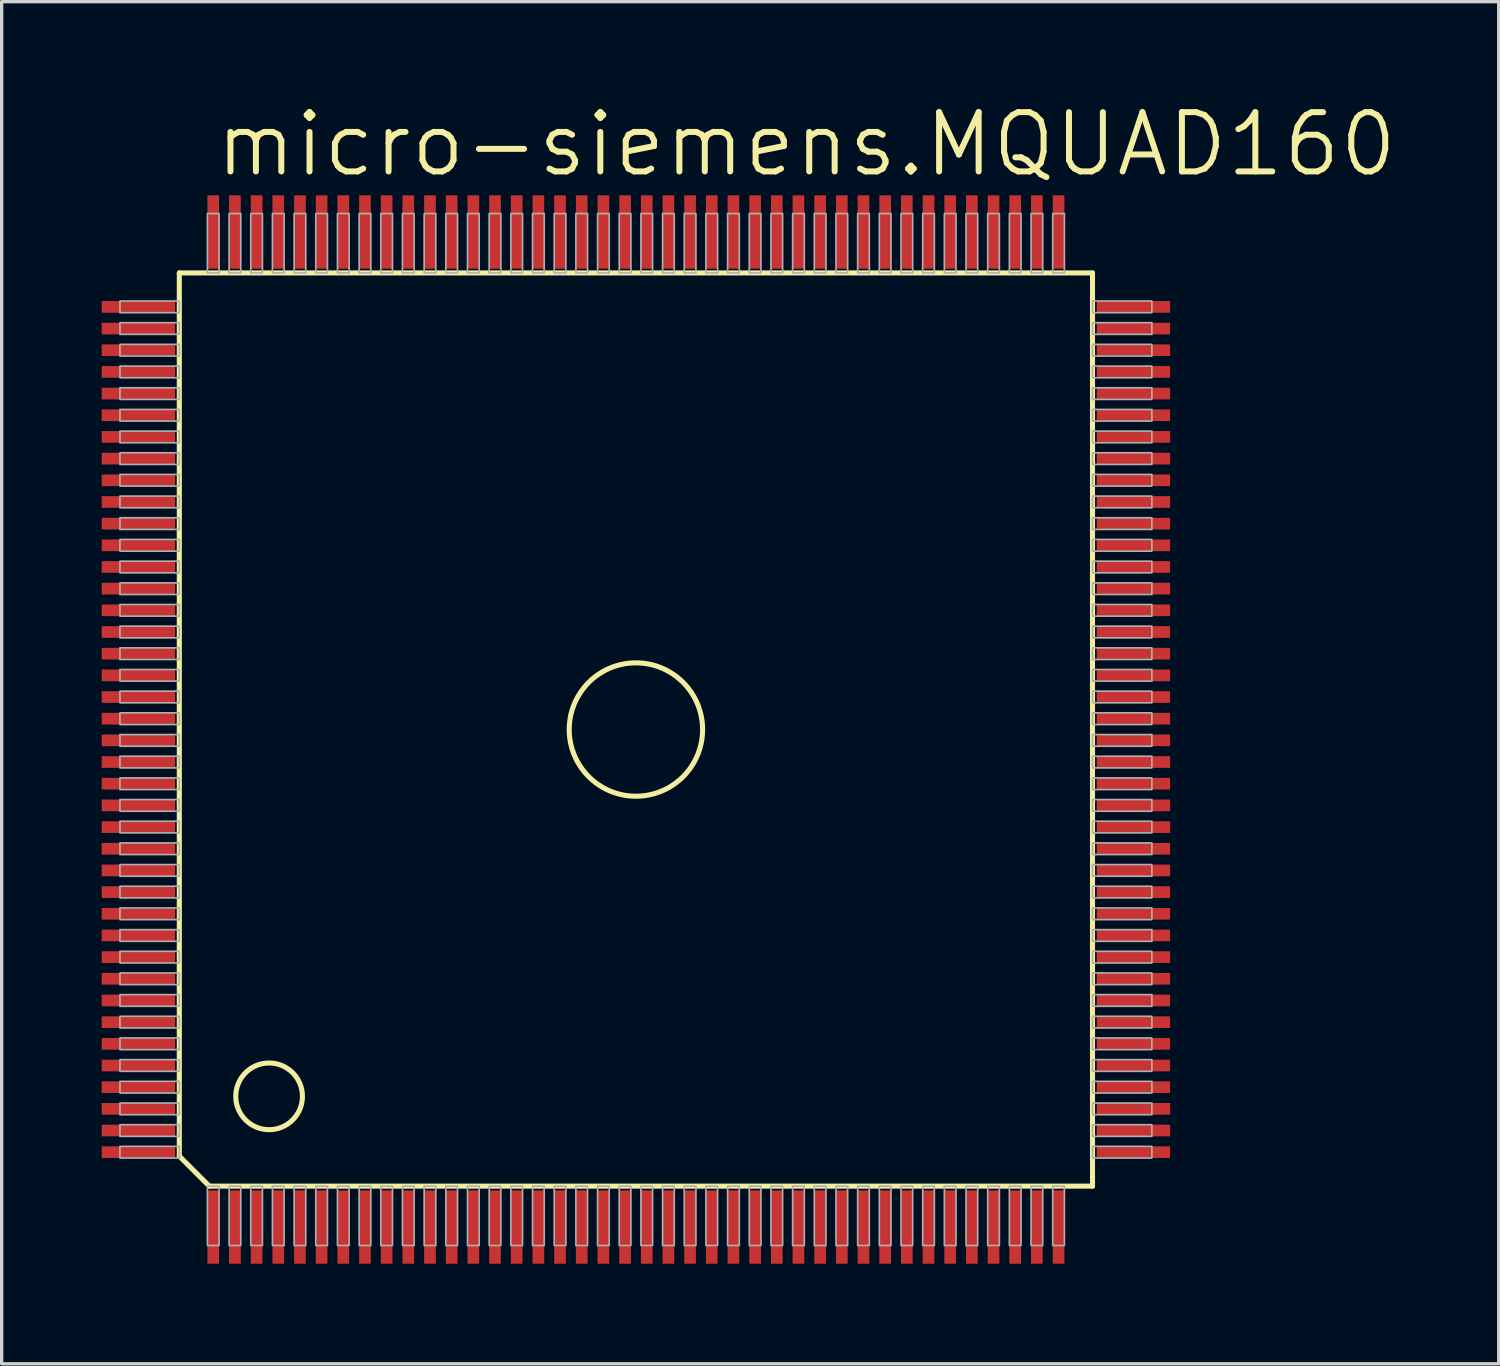
<source format=kicad_pcb>
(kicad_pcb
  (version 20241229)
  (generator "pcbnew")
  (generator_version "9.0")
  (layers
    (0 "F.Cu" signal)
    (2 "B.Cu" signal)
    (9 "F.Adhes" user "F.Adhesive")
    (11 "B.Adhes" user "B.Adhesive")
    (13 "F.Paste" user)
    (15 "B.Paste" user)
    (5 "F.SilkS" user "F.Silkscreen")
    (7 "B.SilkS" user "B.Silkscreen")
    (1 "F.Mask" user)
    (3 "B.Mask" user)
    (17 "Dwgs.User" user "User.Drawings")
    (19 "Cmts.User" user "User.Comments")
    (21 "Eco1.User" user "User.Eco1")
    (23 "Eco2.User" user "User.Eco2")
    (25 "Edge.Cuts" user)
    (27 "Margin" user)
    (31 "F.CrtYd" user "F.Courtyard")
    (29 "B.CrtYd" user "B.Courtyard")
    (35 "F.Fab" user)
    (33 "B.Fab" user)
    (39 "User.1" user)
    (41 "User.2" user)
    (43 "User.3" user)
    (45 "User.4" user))
  (footprint "micro-siemens.MQUAD160"
    (layer "F.Cu")
    (at 16.02 18.828)
    (property "Reference" "micro-siemens.MQUAD160" (at -12.7 -16.51 0) (layer "F.SilkS") (effects (font (size 1.778 1.778) (thickness 0.18)) (justify left bottom)))
    (attr smd)
    (fp_line (start -13.693 -13.693) (end 13.693 -13.693) (stroke (width 0.152) (type default)) (layer "F.SilkS"))
    (fp_line (start -13.693 12.793) (end -13.693 -13.693) (stroke (width 0.152) (type default)) (layer "F.SilkS"))
    (fp_line (start -12.793 13.693) (end -13.693 12.793) (stroke (width 0.152) (type default)) (layer "F.SilkS"))
    (fp_line (start 13.693 -13.693) (end 13.693 13.693) (stroke (width 0.152) (type default)) (layer "F.SilkS"))
    (fp_line (start 13.693 13.693) (end -12.793 13.693) (stroke (width 0.152) (type default)) (layer "F.SilkS"))
    (fp_circle (center -11 11) (end -10 11) (stroke (width 0.152) (type default)) (fill no) (layer "F.SilkS"))
    (fp_circle (center 0 0) (end 2 0) (stroke (width 0.152) (type default)) (fill no) (layer "F.SilkS"))
    (fp_rect (start -15.473 -12.5) (end -13.693 -12.85) (stroke (width 0.05) (type default)) (fill no) (layer "F.Fab"))
    (fp_rect (start -15.473 -11.85) (end -13.693 -12.2) (stroke (width 0.05) (type default)) (fill no) (layer "F.Fab"))
    (fp_rect (start -15.473 -11.2) (end -13.693 -11.55) (stroke (width 0.05) (type default)) (fill no) (layer "F.Fab"))
    (fp_rect (start -15.473 -10.55) (end -13.693 -10.9) (stroke (width 0.05) (type default)) (fill no) (layer "F.Fab"))
    (fp_rect (start -15.473 -9.9) (end -13.693 -10.25) (stroke (width 0.05) (type default)) (fill no) (layer "F.Fab"))
    (fp_rect (start -15.473 -9.25) (end -13.693 -9.6) (stroke (width 0.05) (type default)) (fill no) (layer "F.Fab"))
    (fp_rect (start -15.473 -8.6) (end -13.693 -8.95) (stroke (width 0.05) (type default)) (fill no) (layer "F.Fab"))
    (fp_rect (start -15.473 -7.95) (end -13.693 -8.3) (stroke (width 0.05) (type default)) (fill no) (layer "F.Fab"))
    (fp_rect (start -15.473 -7.3) (end -13.693 -7.65) (stroke (width 0.05) (type default)) (fill no) (layer "F.Fab"))
    (fp_rect (start -15.473 -6.65) (end -13.693 -7) (stroke (width 0.05) (type default)) (fill no) (layer "F.Fab"))
    (fp_rect (start -15.473 -6) (end -13.693 -6.35) (stroke (width 0.05) (type default)) (fill no) (layer "F.Fab"))
    (fp_rect (start -15.473 -5.35) (end -13.693 -5.7) (stroke (width 0.05) (type default)) (fill no) (layer "F.Fab"))
    (fp_rect (start -15.473 -4.7) (end -13.693 -5.05) (stroke (width 0.05) (type default)) (fill no) (layer "F.Fab"))
    (fp_rect (start -15.473 -4.05) (end -13.693 -4.4) (stroke (width 0.05) (type default)) (fill no) (layer "F.Fab"))
    (fp_rect (start -15.473 -3.4) (end -13.693 -3.75) (stroke (width 0.05) (type default)) (fill no) (layer "F.Fab"))
    (fp_rect (start -15.473 -2.75) (end -13.693 -3.1) (stroke (width 0.05) (type default)) (fill no) (layer "F.Fab"))
    (fp_rect (start -15.473 -2.1) (end -13.693 -2.45) (stroke (width 0.05) (type default)) (fill no) (layer "F.Fab"))
    (fp_rect (start -15.473 -1.45) (end -13.693 -1.8) (stroke (width 0.05) (type default)) (fill no) (layer "F.Fab"))
    (fp_rect (start -15.473 -0.8) (end -13.693 -1.15) (stroke (width 0.05) (type default)) (fill no) (layer "F.Fab"))
    (fp_rect (start -15.473 -0.15) (end -13.693 -0.5) (stroke (width 0.05) (type default)) (fill no) (layer "F.Fab"))
    (fp_rect (start -15.473 0.5) (end -13.693 0.15) (stroke (width 0.05) (type default)) (fill no) (layer "F.Fab"))
    (fp_rect (start -15.473 1.15) (end -13.693 0.8) (stroke (width 0.05) (type default)) (fill no) (layer "F.Fab"))
    (fp_rect (start -15.473 1.8) (end -13.693 1.45) (stroke (width 0.05) (type default)) (fill no) (layer "F.Fab"))
    (fp_rect (start -15.473 2.45) (end -13.693 2.1) (stroke (width 0.05) (type default)) (fill no) (layer "F.Fab"))
    (fp_rect (start -15.473 3.1) (end -13.693 2.75) (stroke (width 0.05) (type default)) (fill no) (layer "F.Fab"))
    (fp_rect (start -15.473 3.75) (end -13.693 3.4) (stroke (width 0.05) (type default)) (fill no) (layer "F.Fab"))
    (fp_rect (start -15.473 4.4) (end -13.693 4.05) (stroke (width 0.05) (type default)) (fill no) (layer "F.Fab"))
    (fp_rect (start -15.473 5.05) (end -13.693 4.7) (stroke (width 0.05) (type default)) (fill no) (layer "F.Fab"))
    (fp_rect (start -15.473 5.7) (end -13.693 5.35) (stroke (width 0.05) (type default)) (fill no) (layer "F.Fab"))
    (fp_rect (start -15.473 6.35) (end -13.693 6) (stroke (width 0.05) (type default)) (fill no) (layer "F.Fab"))
    (fp_rect (start -15.473 7) (end -13.693 6.65) (stroke (width 0.05) (type default)) (fill no) (layer "F.Fab"))
    (fp_rect (start -15.473 7.65) (end -13.693 7.3) (stroke (width 0.05) (type default)) (fill no) (layer "F.Fab"))
    (fp_rect (start -15.473 8.3) (end -13.693 7.95) (stroke (width 0.05) (type default)) (fill no) (layer "F.Fab"))
    (fp_rect (start -15.473 8.95) (end -13.693 8.6) (stroke (width 0.05) (type default)) (fill no) (layer "F.Fab"))
    (fp_rect (start -15.473 9.6) (end -13.693 9.25) (stroke (width 0.05) (type default)) (fill no) (layer "F.Fab"))
    (fp_rect (start -15.473 10.25) (end -13.693 9.9) (stroke (width 0.05) (type default)) (fill no) (layer "F.Fab"))
    (fp_rect (start -15.473 10.9) (end -13.693 10.55) (stroke (width 0.05) (type default)) (fill no) (layer "F.Fab"))
    (fp_rect (start -15.473 11.55) (end -13.693 11.2) (stroke (width 0.05) (type default)) (fill no) (layer "F.Fab"))
    (fp_rect (start -15.473 12.2) (end -13.693 11.85) (stroke (width 0.05) (type default)) (fill no) (layer "F.Fab"))
    (fp_rect (start -15.473 12.85) (end -13.693 12.5) (stroke (width 0.05) (type default)) (fill no) (layer "F.Fab"))
    (fp_rect (start -12.85 -13.693) (end -12.5 -15.473) (stroke (width 0.05) (type default)) (fill no) (layer "F.Fab"))
    (fp_rect (start -12.85 15.473) (end -12.5 13.693) (stroke (width 0.05) (type default)) (fill no) (layer "F.Fab"))
    (fp_rect (start -12.2 -13.693) (end -11.85 -15.473) (stroke (width 0.05) (type default)) (fill no) (layer "F.Fab"))
    (fp_rect (start -12.2 15.473) (end -11.85 13.693) (stroke (width 0.05) (type default)) (fill no) (layer "F.Fab"))
    (fp_rect (start -11.55 -13.693) (end -11.2 -15.473) (stroke (width 0.05) (type default)) (fill no) (layer "F.Fab"))
    (fp_rect (start -11.55 15.473) (end -11.2 13.693) (stroke (width 0.05) (type default)) (fill no) (layer "F.Fab"))
    (fp_rect (start -10.9 -13.693) (end -10.55 -15.473) (stroke (width 0.05) (type default)) (fill no) (layer "F.Fab"))
    (fp_rect (start -10.9 15.473) (end -10.55 13.693) (stroke (width 0.05) (type default)) (fill no) (layer "F.Fab"))
    (fp_rect (start -10.25 -13.693) (end -9.9 -15.473) (stroke (width 0.05) (type default)) (fill no) (layer "F.Fab"))
    (fp_rect (start -10.25 15.473) (end -9.9 13.693) (stroke (width 0.05) (type default)) (fill no) (layer "F.Fab"))
    (fp_rect (start -9.6 -13.693) (end -9.25 -15.473) (stroke (width 0.05) (type default)) (fill no) (layer "F.Fab"))
    (fp_rect (start -9.6 15.473) (end -9.25 13.693) (stroke (width 0.05) (type default)) (fill no) (layer "F.Fab"))
    (fp_rect (start -8.95 -13.693) (end -8.6 -15.473) (stroke (width 0.05) (type default)) (fill no) (layer "F.Fab"))
    (fp_rect (start -8.95 15.473) (end -8.6 13.693) (stroke (width 0.05) (type default)) (fill no) (layer "F.Fab"))
    (fp_rect (start -8.3 -13.693) (end -7.95 -15.473) (stroke (width 0.05) (type default)) (fill no) (layer "F.Fab"))
    (fp_rect (start -8.3 15.473) (end -7.95 13.693) (stroke (width 0.05) (type default)) (fill no) (layer "F.Fab"))
    (fp_rect (start -7.65 -13.693) (end -7.3 -15.473) (stroke (width 0.05) (type default)) (fill no) (layer "F.Fab"))
    (fp_rect (start -7.65 15.473) (end -7.3 13.693) (stroke (width 0.05) (type default)) (fill no) (layer "F.Fab"))
    (fp_rect (start -7 -13.693) (end -6.65 -15.473) (stroke (width 0.05) (type default)) (fill no) (layer "F.Fab"))
    (fp_rect (start -7 15.473) (end -6.65 13.693) (stroke (width 0.05) (type default)) (fill no) (layer "F.Fab"))
    (fp_rect (start -6.35 -13.693) (end -6 -15.473) (stroke (width 0.05) (type default)) (fill no) (layer "F.Fab"))
    (fp_rect (start -6.35 15.473) (end -6 13.693) (stroke (width 0.05) (type default)) (fill no) (layer "F.Fab"))
    (fp_rect (start -5.7 -13.693) (end -5.35 -15.473) (stroke (width 0.05) (type default)) (fill no) (layer "F.Fab"))
    (fp_rect (start -5.7 15.473) (end -5.35 13.693) (stroke (width 0.05) (type default)) (fill no) (layer "F.Fab"))
    (fp_rect (start -5.05 -13.693) (end -4.7 -15.473) (stroke (width 0.05) (type default)) (fill no) (layer "F.Fab"))
    (fp_rect (start -5.05 15.473) (end -4.7 13.693) (stroke (width 0.05) (type default)) (fill no) (layer "F.Fab"))
    (fp_rect (start -4.4 -13.693) (end -4.05 -15.473) (stroke (width 0.05) (type default)) (fill no) (layer "F.Fab"))
    (fp_rect (start -4.4 15.473) (end -4.05 13.693) (stroke (width 0.05) (type default)) (fill no) (layer "F.Fab"))
    (fp_rect (start -3.75 -13.693) (end -3.4 -15.473) (stroke (width 0.05) (type default)) (fill no) (layer "F.Fab"))
    (fp_rect (start -3.75 15.473) (end -3.4 13.693) (stroke (width 0.05) (type default)) (fill no) (layer "F.Fab"))
    (fp_rect (start -3.1 -13.693) (end -2.75 -15.473) (stroke (width 0.05) (type default)) (fill no) (layer "F.Fab"))
    (fp_rect (start -3.1 15.473) (end -2.75 13.693) (stroke (width 0.05) (type default)) (fill no) (layer "F.Fab"))
    (fp_rect (start -2.45 -13.693) (end -2.1 -15.473) (stroke (width 0.05) (type default)) (fill no) (layer "F.Fab"))
    (fp_rect (start -2.45 15.473) (end -2.1 13.693) (stroke (width 0.05) (type default)) (fill no) (layer "F.Fab"))
    (fp_rect (start -1.8 -13.693) (end -1.45 -15.473) (stroke (width 0.05) (type default)) (fill no) (layer "F.Fab"))
    (fp_rect (start -1.8 15.473) (end -1.45 13.693) (stroke (width 0.05) (type default)) (fill no) (layer "F.Fab"))
    (fp_rect (start -1.15 -13.693) (end -0.8 -15.473) (stroke (width 0.05) (type default)) (fill no) (layer "F.Fab"))
    (fp_rect (start -1.15 15.473) (end -0.8 13.693) (stroke (width 0.05) (type default)) (fill no) (layer "F.Fab"))
    (fp_rect (start -0.5 -13.693) (end -0.15 -15.473) (stroke (width 0.05) (type default)) (fill no) (layer "F.Fab"))
    (fp_rect (start -0.5 15.473) (end -0.15 13.693) (stroke (width 0.05) (type default)) (fill no) (layer "F.Fab"))
    (fp_rect (start 0.15 -13.693) (end 0.5 -15.473) (stroke (width 0.05) (type default)) (fill no) (layer "F.Fab"))
    (fp_rect (start 0.15 15.473) (end 0.5 13.693) (stroke (width 0.05) (type default)) (fill no) (layer "F.Fab"))
    (fp_rect (start 0.8 -13.693) (end 1.15 -15.473) (stroke (width 0.05) (type default)) (fill no) (layer "F.Fab"))
    (fp_rect (start 0.8 15.473) (end 1.15 13.693) (stroke (width 0.05) (type default)) (fill no) (layer "F.Fab"))
    (fp_rect (start 1.45 -13.693) (end 1.8 -15.473) (stroke (width 0.05) (type default)) (fill no) (layer "F.Fab"))
    (fp_rect (start 1.45 15.473) (end 1.8 13.693) (stroke (width 0.05) (type default)) (fill no) (layer "F.Fab"))
    (fp_rect (start 2.1 -13.693) (end 2.45 -15.473) (stroke (width 0.05) (type default)) (fill no) (layer "F.Fab"))
    (fp_rect (start 2.1 15.473) (end 2.45 13.693) (stroke (width 0.05) (type default)) (fill no) (layer "F.Fab"))
    (fp_rect (start 2.75 -13.693) (end 3.1 -15.473) (stroke (width 0.05) (type default)) (fill no) (layer "F.Fab"))
    (fp_rect (start 2.75 15.473) (end 3.1 13.693) (stroke (width 0.05) (type default)) (fill no) (layer "F.Fab"))
    (fp_rect (start 3.4 -13.693) (end 3.75 -15.473) (stroke (width 0.05) (type default)) (fill no) (layer "F.Fab"))
    (fp_rect (start 3.4 15.473) (end 3.75 13.693) (stroke (width 0.05) (type default)) (fill no) (layer "F.Fab"))
    (fp_rect (start 4.05 -13.693) (end 4.4 -15.473) (stroke (width 0.05) (type default)) (fill no) (layer "F.Fab"))
    (fp_rect (start 4.05 15.473) (end 4.4 13.693) (stroke (width 0.05) (type default)) (fill no) (layer "F.Fab"))
    (fp_rect (start 4.7 -13.693) (end 5.05 -15.473) (stroke (width 0.05) (type default)) (fill no) (layer "F.Fab"))
    (fp_rect (start 4.7 15.473) (end 5.05 13.693) (stroke (width 0.05) (type default)) (fill no) (layer "F.Fab"))
    (fp_rect (start 5.35 -13.693) (end 5.7 -15.473) (stroke (width 0.05) (type default)) (fill no) (layer "F.Fab"))
    (fp_rect (start 5.35 15.473) (end 5.7 13.693) (stroke (width 0.05) (type default)) (fill no) (layer "F.Fab"))
    (fp_rect (start 6 -13.693) (end 6.35 -15.473) (stroke (width 0.05) (type default)) (fill no) (layer "F.Fab"))
    (fp_rect (start 6 15.473) (end 6.35 13.693) (stroke (width 0.05) (type default)) (fill no) (layer "F.Fab"))
    (fp_rect (start 6.65 -13.693) (end 7 -15.473) (stroke (width 0.05) (type default)) (fill no) (layer "F.Fab"))
    (fp_rect (start 6.65 15.473) (end 7 13.693) (stroke (width 0.05) (type default)) (fill no) (layer "F.Fab"))
    (fp_rect (start 7.3 -13.693) (end 7.65 -15.473) (stroke (width 0.05) (type default)) (fill no) (layer "F.Fab"))
    (fp_rect (start 7.3 15.473) (end 7.65 13.693) (stroke (width 0.05) (type default)) (fill no) (layer "F.Fab"))
    (fp_rect (start 7.95 -13.693) (end 8.3 -15.473) (stroke (width 0.05) (type default)) (fill no) (layer "F.Fab"))
    (fp_rect (start 7.95 15.473) (end 8.3 13.693) (stroke (width 0.05) (type default)) (fill no) (layer "F.Fab"))
    (fp_rect (start 8.6 -13.693) (end 8.95 -15.473) (stroke (width 0.05) (type default)) (fill no) (layer "F.Fab"))
    (fp_rect (start 8.6 15.473) (end 8.95 13.693) (stroke (width 0.05) (type default)) (fill no) (layer "F.Fab"))
    (fp_rect (start 9.25 -13.693) (end 9.6 -15.473) (stroke (width 0.05) (type default)) (fill no) (layer "F.Fab"))
    (fp_rect (start 9.25 15.473) (end 9.6 13.693) (stroke (width 0.05) (type default)) (fill no) (layer "F.Fab"))
    (fp_rect (start 9.9 -13.693) (end 10.25 -15.473) (stroke (width 0.05) (type default)) (fill no) (layer "F.Fab"))
    (fp_rect (start 9.9 15.473) (end 10.25 13.693) (stroke (width 0.05) (type default)) (fill no) (layer "F.Fab"))
    (fp_rect (start 10.55 -13.693) (end 10.9 -15.473) (stroke (width 0.05) (type default)) (fill no) (layer "F.Fab"))
    (fp_rect (start 10.55 15.473) (end 10.9 13.693) (stroke (width 0.05) (type default)) (fill no) (layer "F.Fab"))
    (fp_rect (start 11.2 -13.693) (end 11.55 -15.473) (stroke (width 0.05) (type default)) (fill no) (layer "F.Fab"))
    (fp_rect (start 11.2 15.473) (end 11.55 13.693) (stroke (width 0.05) (type default)) (fill no) (layer "F.Fab"))
    (fp_rect (start 11.85 -13.693) (end 12.2 -15.473) (stroke (width 0.05) (type default)) (fill no) (layer "F.Fab"))
    (fp_rect (start 11.85 15.473) (end 12.2 13.693) (stroke (width 0.05) (type default)) (fill no) (layer "F.Fab"))
    (fp_rect (start 12.5 -13.693) (end 12.85 -15.473) (stroke (width 0.05) (type default)) (fill no) (layer "F.Fab"))
    (fp_rect (start 12.5 15.473) (end 12.85 13.693) (stroke (width 0.05) (type default)) (fill no) (layer "F.Fab"))
    (fp_rect (start 13.693 -12.5) (end 15.473 -12.85) (stroke (width 0.05) (type default)) (fill no) (layer "F.Fab"))
    (fp_rect (start 13.693 -11.85) (end 15.473 -12.2) (stroke (width 0.05) (type default)) (fill no) (layer "F.Fab"))
    (fp_rect (start 13.693 -11.2) (end 15.473 -11.55) (stroke (width 0.05) (type default)) (fill no) (layer "F.Fab"))
    (fp_rect (start 13.693 -10.55) (end 15.473 -10.9) (stroke (width 0.05) (type default)) (fill no) (layer "F.Fab"))
    (fp_rect (start 13.693 -9.9) (end 15.473 -10.25) (stroke (width 0.05) (type default)) (fill no) (layer "F.Fab"))
    (fp_rect (start 13.693 -9.25) (end 15.473 -9.6) (stroke (width 0.05) (type default)) (fill no) (layer "F.Fab"))
    (fp_rect (start 13.693 -8.6) (end 15.473 -8.95) (stroke (width 0.05) (type default)) (fill no) (layer "F.Fab"))
    (fp_rect (start 13.693 -7.95) (end 15.473 -8.3) (stroke (width 0.05) (type default)) (fill no) (layer "F.Fab"))
    (fp_rect (start 13.693 -7.3) (end 15.473 -7.65) (stroke (width 0.05) (type default)) (fill no) (layer "F.Fab"))
    (fp_rect (start 13.693 -6.65) (end 15.473 -7) (stroke (width 0.05) (type default)) (fill no) (layer "F.Fab"))
    (fp_rect (start 13.693 -6) (end 15.473 -6.35) (stroke (width 0.05) (type default)) (fill no) (layer "F.Fab"))
    (fp_rect (start 13.693 -5.35) (end 15.473 -5.7) (stroke (width 0.05) (type default)) (fill no) (layer "F.Fab"))
    (fp_rect (start 13.693 -4.7) (end 15.473 -5.05) (stroke (width 0.05) (type default)) (fill no) (layer "F.Fab"))
    (fp_rect (start 13.693 -4.05) (end 15.473 -4.4) (stroke (width 0.05) (type default)) (fill no) (layer "F.Fab"))
    (fp_rect (start 13.693 -3.4) (end 15.473 -3.75) (stroke (width 0.05) (type default)) (fill no) (layer "F.Fab"))
    (fp_rect (start 13.693 -2.75) (end 15.473 -3.1) (stroke (width 0.05) (type default)) (fill no) (layer "F.Fab"))
    (fp_rect (start 13.693 -2.1) (end 15.473 -2.45) (stroke (width 0.05) (type default)) (fill no) (layer "F.Fab"))
    (fp_rect (start 13.693 -1.45) (end 15.473 -1.8) (stroke (width 0.05) (type default)) (fill no) (layer "F.Fab"))
    (fp_rect (start 13.693 -0.8) (end 15.473 -1.15) (stroke (width 0.05) (type default)) (fill no) (layer "F.Fab"))
    (fp_rect (start 13.693 -0.15) (end 15.473 -0.5) (stroke (width 0.05) (type default)) (fill no) (layer "F.Fab"))
    (fp_rect (start 13.693 0.5) (end 15.473 0.15) (stroke (width 0.05) (type default)) (fill no) (layer "F.Fab"))
    (fp_rect (start 13.693 1.15) (end 15.473 0.8) (stroke (width 0.05) (type default)) (fill no) (layer "F.Fab"))
    (fp_rect (start 13.693 1.8) (end 15.473 1.45) (stroke (width 0.05) (type default)) (fill no) (layer "F.Fab"))
    (fp_rect (start 13.693 2.45) (end 15.473 2.1) (stroke (width 0.05) (type default)) (fill no) (layer "F.Fab"))
    (fp_rect (start 13.693 3.1) (end 15.473 2.75) (stroke (width 0.05) (type default)) (fill no) (layer "F.Fab"))
    (fp_rect (start 13.693 3.75) (end 15.473 3.4) (stroke (width 0.05) (type default)) (fill no) (layer "F.Fab"))
    (fp_rect (start 13.693 4.4) (end 15.473 4.05) (stroke (width 0.05) (type default)) (fill no) (layer "F.Fab"))
    (fp_rect (start 13.693 5.05) (end 15.473 4.7) (stroke (width 0.05) (type default)) (fill no) (layer "F.Fab"))
    (fp_rect (start 13.693 5.7) (end 15.473 5.35) (stroke (width 0.05) (type default)) (fill no) (layer "F.Fab"))
    (fp_rect (start 13.693 6.35) (end 15.473 6) (stroke (width 0.05) (type default)) (fill no) (layer "F.Fab"))
    (fp_rect (start 13.693 7) (end 15.473 6.65) (stroke (width 0.05) (type default)) (fill no) (layer "F.Fab"))
    (fp_rect (start 13.693 7.65) (end 15.473 7.3) (stroke (width 0.05) (type default)) (fill no) (layer "F.Fab"))
    (fp_rect (start 13.693 8.3) (end 15.473 7.95) (stroke (width 0.05) (type default)) (fill no) (layer "F.Fab"))
    (fp_rect (start 13.693 8.95) (end 15.473 8.6) (stroke (width 0.05) (type default)) (fill no) (layer "F.Fab"))
    (fp_rect (start 13.693 9.6) (end 15.473 9.25) (stroke (width 0.05) (type default)) (fill no) (layer "F.Fab"))
    (fp_rect (start 13.693 10.25) (end 15.473 9.9) (stroke (width 0.05) (type default)) (fill no) (layer "F.Fab"))
    (fp_rect (start 13.693 10.9) (end 15.473 10.55) (stroke (width 0.05) (type default)) (fill no) (layer "F.Fab"))
    (fp_rect (start 13.693 11.55) (end 15.473 11.2) (stroke (width 0.05) (type default)) (fill no) (layer "F.Fab"))
    (fp_rect (start 13.693 12.2) (end 15.473 11.85) (stroke (width 0.05) (type default)) (fill no) (layer "F.Fab"))
    (fp_rect (start 13.693 12.85) (end 15.473 12.5) (stroke (width 0.05) (type default)) (fill no) (layer "F.Fab"))
    (pad "1" smd roundrect (at -12.675 14.92) (size 0.35 2.2) (layers "F.Cu" "F.Mask" "F.Paste") (roundrect_rratio 0.01))
    (pad "2" smd roundrect (at -12.025 14.92) (size 0.35 2.2) (layers "F.Cu" "F.Mask" "F.Paste") (roundrect_rratio 0.01))
    (pad "3" smd roundrect (at -11.375 14.92) (size 0.35 2.2) (layers "F.Cu" "F.Mask" "F.Paste") (roundrect_rratio 0.01))
    (pad "4" smd roundrect (at -10.725 14.92) (size 0.35 2.2) (layers "F.Cu" "F.Mask" "F.Paste") (roundrect_rratio 0.01))
    (pad "5" smd roundrect (at -10.075 14.92) (size 0.35 2.2) (layers "F.Cu" "F.Mask" "F.Paste") (roundrect_rratio 0.01))
    (pad "6" smd roundrect (at -9.425 14.92) (size 0.35 2.2) (layers "F.Cu" "F.Mask" "F.Paste") (roundrect_rratio 0.01))
    (pad "7" smd roundrect (at -8.775 14.92) (size 0.35 2.2) (layers "F.Cu" "F.Mask" "F.Paste") (roundrect_rratio 0.01))
    (pad "8" smd roundrect (at -8.125 14.92) (size 0.35 2.2) (layers "F.Cu" "F.Mask" "F.Paste") (roundrect_rratio 0.01))
    (pad "9" smd roundrect (at -7.475 14.92) (size 0.35 2.2) (layers "F.Cu" "F.Mask" "F.Paste") (roundrect_rratio 0.01))
    (pad "10" smd roundrect (at -6.825 14.92) (size 0.35 2.2) (layers "F.Cu" "F.Mask" "F.Paste") (roundrect_rratio 0.01))
    (pad "11" smd roundrect (at -6.175 14.92) (size 0.35 2.2) (layers "F.Cu" "F.Mask" "F.Paste") (roundrect_rratio 0.01))
    (pad "12" smd roundrect (at -5.525 14.92) (size 0.35 2.2) (layers "F.Cu" "F.Mask" "F.Paste") (roundrect_rratio 0.01))
    (pad "13" smd roundrect (at -4.875 14.92) (size 0.35 2.2) (layers "F.Cu" "F.Mask" "F.Paste") (roundrect_rratio 0.01))
    (pad "14" smd roundrect (at -4.225 14.92) (size 0.35 2.2) (layers "F.Cu" "F.Mask" "F.Paste") (roundrect_rratio 0.01))
    (pad "15" smd roundrect (at -3.575 14.92) (size 0.35 2.2) (layers "F.Cu" "F.Mask" "F.Paste") (roundrect_rratio 0.01))
    (pad "16" smd roundrect (at -2.925 14.92) (size 0.35 2.2) (layers "F.Cu" "F.Mask" "F.Paste") (roundrect_rratio 0.01))
    (pad "17" smd roundrect (at -2.275 14.92) (size 0.35 2.2) (layers "F.Cu" "F.Mask" "F.Paste") (roundrect_rratio 0.01))
    (pad "18" smd roundrect (at -1.625 14.92) (size 0.35 2.2) (layers "F.Cu" "F.Mask" "F.Paste") (roundrect_rratio 0.01))
    (pad "19" smd roundrect (at -0.975 14.92) (size 0.35 2.2) (layers "F.Cu" "F.Mask" "F.Paste") (roundrect_rratio 0.01))
    (pad "20" smd roundrect (at -0.325 14.92) (size 0.35 2.2) (layers "F.Cu" "F.Mask" "F.Paste") (roundrect_rratio 0.01))
    (pad "21" smd roundrect (at 0.325 14.92) (size 0.35 2.2) (layers "F.Cu" "F.Mask" "F.Paste") (roundrect_rratio 0.01))
    (pad "22" smd roundrect (at 0.975 14.92) (size 0.35 2.2) (layers "F.Cu" "F.Mask" "F.Paste") (roundrect_rratio 0.01))
    (pad "23" smd roundrect (at 1.625 14.92) (size 0.35 2.2) (layers "F.Cu" "F.Mask" "F.Paste") (roundrect_rratio 0.01))
    (pad "24" smd roundrect (at 2.275 14.92) (size 0.35 2.2) (layers "F.Cu" "F.Mask" "F.Paste") (roundrect_rratio 0.01))
    (pad "25" smd roundrect (at 2.925 14.92) (size 0.35 2.2) (layers "F.Cu" "F.Mask" "F.Paste") (roundrect_rratio 0.01))
    (pad "26" smd roundrect (at 3.575 14.92) (size 0.35 2.2) (layers "F.Cu" "F.Mask" "F.Paste") (roundrect_rratio 0.01))
    (pad "27" smd roundrect (at 4.225 14.92) (size 0.35 2.2) (layers "F.Cu" "F.Mask" "F.Paste") (roundrect_rratio 0.01))
    (pad "28" smd roundrect (at 4.875 14.92) (size 0.35 2.2) (layers "F.Cu" "F.Mask" "F.Paste") (roundrect_rratio 0.01))
    (pad "29" smd roundrect (at 5.525 14.92) (size 0.35 2.2) (layers "F.Cu" "F.Mask" "F.Paste") (roundrect_rratio 0.01))
    (pad "30" smd roundrect (at 6.175 14.92) (size 0.35 2.2) (layers "F.Cu" "F.Mask" "F.Paste") (roundrect_rratio 0.01))
    (pad "31" smd roundrect (at 6.825 14.92) (size 0.35 2.2) (layers "F.Cu" "F.Mask" "F.Paste") (roundrect_rratio 0.01))
    (pad "32" smd roundrect (at 7.475 14.92) (size 0.35 2.2) (layers "F.Cu" "F.Mask" "F.Paste") (roundrect_rratio 0.01))
    (pad "33" smd roundrect (at 8.125 14.92) (size 0.35 2.2) (layers "F.Cu" "F.Mask" "F.Paste") (roundrect_rratio 0.01))
    (pad "34" smd roundrect (at 8.775 14.92) (size 0.35 2.2) (layers "F.Cu" "F.Mask" "F.Paste") (roundrect_rratio 0.01))
    (pad "35" smd roundrect (at 9.425 14.92) (size 0.35 2.2) (layers "F.Cu" "F.Mask" "F.Paste") (roundrect_rratio 0.01))
    (pad "36" smd roundrect (at 10.075 14.92) (size 0.35 2.2) (layers "F.Cu" "F.Mask" "F.Paste") (roundrect_rratio 0.01))
    (pad "37" smd roundrect (at 10.725 14.92) (size 0.35 2.2) (layers "F.Cu" "F.Mask" "F.Paste") (roundrect_rratio 0.01))
    (pad "38" smd roundrect (at 11.375 14.92) (size 0.35 2.2) (layers "F.Cu" "F.Mask" "F.Paste") (roundrect_rratio 0.01))
    (pad "39" smd roundrect (at 12.025 14.92) (size 0.35 2.2) (layers "F.Cu" "F.Mask" "F.Paste") (roundrect_rratio 0.01))
    (pad "40" smd roundrect (at 12.675 14.92) (size 0.35 2.2) (layers "F.Cu" "F.Mask" "F.Paste") (roundrect_rratio 0.01))
    (pad "41" smd roundrect (at 14.92 12.675) (size 2.2 0.35) (layers "F.Cu" "F.Mask" "F.Paste") (roundrect_rratio 0.01))
    (pad "42" smd roundrect (at 14.92 12.025) (size 2.2 0.35) (layers "F.Cu" "F.Mask" "F.Paste") (roundrect_rratio 0.01))
    (pad "43" smd roundrect (at 14.92 11.375) (size 2.2 0.35) (layers "F.Cu" "F.Mask" "F.Paste") (roundrect_rratio 0.01))
    (pad "44" smd roundrect (at 14.92 10.725) (size 2.2 0.35) (layers "F.Cu" "F.Mask" "F.Paste") (roundrect_rratio 0.01))
    (pad "45" smd roundrect (at 14.92 10.075) (size 2.2 0.35) (layers "F.Cu" "F.Mask" "F.Paste") (roundrect_rratio 0.01))
    (pad "46" smd roundrect (at 14.92 9.425) (size 2.2 0.35) (layers "F.Cu" "F.Mask" "F.Paste") (roundrect_rratio 0.01))
    (pad "47" smd roundrect (at 14.92 8.775) (size 2.2 0.35) (layers "F.Cu" "F.Mask" "F.Paste") (roundrect_rratio 0.01))
    (pad "48" smd roundrect (at 14.92 8.125) (size 2.2 0.35) (layers "F.Cu" "F.Mask" "F.Paste") (roundrect_rratio 0.01))
    (pad "49" smd roundrect (at 14.92 7.475) (size 2.2 0.35) (layers "F.Cu" "F.Mask" "F.Paste") (roundrect_rratio 0.01))
    (pad "50" smd roundrect (at 14.92 6.825) (size 2.2 0.35) (layers "F.Cu" "F.Mask" "F.Paste") (roundrect_rratio 0.01))
    (pad "51" smd roundrect (at 14.92 6.175) (size 2.2 0.35) (layers "F.Cu" "F.Mask" "F.Paste") (roundrect_rratio 0.01))
    (pad "52" smd roundrect (at 14.92 5.525) (size 2.2 0.35) (layers "F.Cu" "F.Mask" "F.Paste") (roundrect_rratio 0.01))
    (pad "53" smd roundrect (at 14.92 4.875) (size 2.2 0.35) (layers "F.Cu" "F.Mask" "F.Paste") (roundrect_rratio 0.01))
    (pad "54" smd roundrect (at 14.92 4.225) (size 2.2 0.35) (layers "F.Cu" "F.Mask" "F.Paste") (roundrect_rratio 0.01))
    (pad "55" smd roundrect (at 14.92 3.575) (size 2.2 0.35) (layers "F.Cu" "F.Mask" "F.Paste") (roundrect_rratio 0.01))
    (pad "56" smd roundrect (at 14.92 2.925) (size 2.2 0.35) (layers "F.Cu" "F.Mask" "F.Paste") (roundrect_rratio 0.01))
    (pad "57" smd roundrect (at 14.92 2.275) (size 2.2 0.35) (layers "F.Cu" "F.Mask" "F.Paste") (roundrect_rratio 0.01))
    (pad "58" smd roundrect (at 14.92 1.625) (size 2.2 0.35) (layers "F.Cu" "F.Mask" "F.Paste") (roundrect_rratio 0.01))
    (pad "59" smd roundrect (at 14.92 0.975) (size 2.2 0.35) (layers "F.Cu" "F.Mask" "F.Paste") (roundrect_rratio 0.01))
    (pad "60" smd roundrect (at 14.92 0.325) (size 2.2 0.35) (layers "F.Cu" "F.Mask" "F.Paste") (roundrect_rratio 0.01))
    (pad "61" smd roundrect (at 14.92 -0.325) (size 2.2 0.35) (layers "F.Cu" "F.Mask" "F.Paste") (roundrect_rratio 0.01))
    (pad "62" smd roundrect (at 14.92 -0.975) (size 2.2 0.35) (layers "F.Cu" "F.Mask" "F.Paste") (roundrect_rratio 0.01))
    (pad "63" smd roundrect (at 14.92 -1.625) (size 2.2 0.35) (layers "F.Cu" "F.Mask" "F.Paste") (roundrect_rratio 0.01))
    (pad "64" smd roundrect (at 14.92 -2.275) (size 2.2 0.35) (layers "F.Cu" "F.Mask" "F.Paste") (roundrect_rratio 0.01))
    (pad "65" smd roundrect (at 14.92 -2.925) (size 2.2 0.35) (layers "F.Cu" "F.Mask" "F.Paste") (roundrect_rratio 0.01))
    (pad "66" smd roundrect (at 14.92 -3.575) (size 2.2 0.35) (layers "F.Cu" "F.Mask" "F.Paste") (roundrect_rratio 0.01))
    (pad "67" smd roundrect (at 14.92 -4.225) (size 2.2 0.35) (layers "F.Cu" "F.Mask" "F.Paste") (roundrect_rratio 0.01))
    (pad "68" smd roundrect (at 14.92 -4.875) (size 2.2 0.35) (layers "F.Cu" "F.Mask" "F.Paste") (roundrect_rratio 0.01))
    (pad "69" smd roundrect (at 14.92 -5.525) (size 2.2 0.35) (layers "F.Cu" "F.Mask" "F.Paste") (roundrect_rratio 0.01))
    (pad "70" smd roundrect (at 14.92 -6.175) (size 2.2 0.35) (layers "F.Cu" "F.Mask" "F.Paste") (roundrect_rratio 0.01))
    (pad "71" smd roundrect (at 14.92 -6.825) (size 2.2 0.35) (layers "F.Cu" "F.Mask" "F.Paste") (roundrect_rratio 0.01))
    (pad "72" smd roundrect (at 14.92 -7.475) (size 2.2 0.35) (layers "F.Cu" "F.Mask" "F.Paste") (roundrect_rratio 0.01))
    (pad "73" smd roundrect (at 14.92 -8.125) (size 2.2 0.35) (layers "F.Cu" "F.Mask" "F.Paste") (roundrect_rratio 0.01))
    (pad "74" smd roundrect (at 14.92 -8.775) (size 2.2 0.35) (layers "F.Cu" "F.Mask" "F.Paste") (roundrect_rratio 0.01))
    (pad "75" smd roundrect (at 14.92 -9.425) (size 2.2 0.35) (layers "F.Cu" "F.Mask" "F.Paste") (roundrect_rratio 0.01))
    (pad "76" smd roundrect (at 14.92 -10.075) (size 2.2 0.35) (layers "F.Cu" "F.Mask" "F.Paste") (roundrect_rratio 0.01))
    (pad "77" smd roundrect (at 14.92 -10.725) (size 2.2 0.35) (layers "F.Cu" "F.Mask" "F.Paste") (roundrect_rratio 0.01))
    (pad "78" smd roundrect (at 14.92 -11.375) (size 2.2 0.35) (layers "F.Cu" "F.Mask" "F.Paste") (roundrect_rratio 0.01))
    (pad "79" smd roundrect (at 14.92 -12.025) (size 2.2 0.35) (layers "F.Cu" "F.Mask" "F.Paste") (roundrect_rratio 0.01))
    (pad "80" smd roundrect (at 14.92 -12.675) (size 2.2 0.35) (layers "F.Cu" "F.Mask" "F.Paste") (roundrect_rratio 0.01))
    (pad "81" smd roundrect (at 12.675 -14.92) (size 0.35 2.2) (layers "F.Cu" "F.Mask" "F.Paste") (roundrect_rratio 0.01))
    (pad "82" smd roundrect (at 12.025 -14.92) (size 0.35 2.2) (layers "F.Cu" "F.Mask" "F.Paste") (roundrect_rratio 0.01))
    (pad "83" smd roundrect (at 11.375 -14.92) (size 0.35 2.2) (layers "F.Cu" "F.Mask" "F.Paste") (roundrect_rratio 0.01))
    (pad "84" smd roundrect (at 10.725 -14.92) (size 0.35 2.2) (layers "F.Cu" "F.Mask" "F.Paste") (roundrect_rratio 0.01))
    (pad "85" smd roundrect (at 10.075 -14.92) (size 0.35 2.2) (layers "F.Cu" "F.Mask" "F.Paste") (roundrect_rratio 0.01))
    (pad "86" smd roundrect (at 9.425 -14.92) (size 0.35 2.2) (layers "F.Cu" "F.Mask" "F.Paste") (roundrect_rratio 0.01))
    (pad "87" smd roundrect (at 8.775 -14.92) (size 0.35 2.2) (layers "F.Cu" "F.Mask" "F.Paste") (roundrect_rratio 0.01))
    (pad "88" smd roundrect (at 8.125 -14.92) (size 0.35 2.2) (layers "F.Cu" "F.Mask" "F.Paste") (roundrect_rratio 0.01))
    (pad "89" smd roundrect (at 7.475 -14.92) (size 0.35 2.2) (layers "F.Cu" "F.Mask" "F.Paste") (roundrect_rratio 0.01))
    (pad "90" smd roundrect (at 6.825 -14.92) (size 0.35 2.2) (layers "F.Cu" "F.Mask" "F.Paste") (roundrect_rratio 0.01))
    (pad "91" smd roundrect (at 6.175 -14.92) (size 0.35 2.2) (layers "F.Cu" "F.Mask" "F.Paste") (roundrect_rratio 0.01))
    (pad "92" smd roundrect (at 5.525 -14.92) (size 0.35 2.2) (layers "F.Cu" "F.Mask" "F.Paste") (roundrect_rratio 0.01))
    (pad "93" smd roundrect (at 4.875 -14.92) (size 0.35 2.2) (layers "F.Cu" "F.Mask" "F.Paste") (roundrect_rratio 0.01))
    (pad "94" smd roundrect (at 4.225 -14.92) (size 0.35 2.2) (layers "F.Cu" "F.Mask" "F.Paste") (roundrect_rratio 0.01))
    (pad "95" smd roundrect (at 3.575 -14.92) (size 0.35 2.2) (layers "F.Cu" "F.Mask" "F.Paste") (roundrect_rratio 0.01))
    (pad "96" smd roundrect (at 2.925 -14.92) (size 0.35 2.2) (layers "F.Cu" "F.Mask" "F.Paste") (roundrect_rratio 0.01))
    (pad "97" smd roundrect (at 2.275 -14.92) (size 0.35 2.2) (layers "F.Cu" "F.Mask" "F.Paste") (roundrect_rratio 0.01))
    (pad "98" smd roundrect (at 1.625 -14.92) (size 0.35 2.2) (layers "F.Cu" "F.Mask" "F.Paste") (roundrect_rratio 0.01))
    (pad "99" smd roundrect (at 0.975 -14.92) (size 0.35 2.2) (layers "F.Cu" "F.Mask" "F.Paste") (roundrect_rratio 0.01))
    (pad "100" smd roundrect (at 0.325 -14.92) (size 0.35 2.2) (layers "F.Cu" "F.Mask" "F.Paste") (roundrect_rratio 0.01))
    (pad "101" smd roundrect (at -0.325 -14.92) (size 0.35 2.2) (layers "F.Cu" "F.Mask" "F.Paste") (roundrect_rratio 0.01))
    (pad "102" smd roundrect (at -0.975 -14.92) (size 0.35 2.2) (layers "F.Cu" "F.Mask" "F.Paste") (roundrect_rratio 0.01))
    (pad "103" smd roundrect (at -1.625 -14.92) (size 0.35 2.2) (layers "F.Cu" "F.Mask" "F.Paste") (roundrect_rratio 0.01))
    (pad "104" smd roundrect (at -2.275 -14.92) (size 0.35 2.2) (layers "F.Cu" "F.Mask" "F.Paste") (roundrect_rratio 0.01))
    (pad "105" smd roundrect (at -2.925 -14.92) (size 0.35 2.2) (layers "F.Cu" "F.Mask" "F.Paste") (roundrect_rratio 0.01))
    (pad "106" smd roundrect (at -3.575 -14.92) (size 0.35 2.2) (layers "F.Cu" "F.Mask" "F.Paste") (roundrect_rratio 0.01))
    (pad "107" smd roundrect (at -4.225 -14.92) (size 0.35 2.2) (layers "F.Cu" "F.Mask" "F.Paste") (roundrect_rratio 0.01))
    (pad "108" smd roundrect (at -4.875 -14.92) (size 0.35 2.2) (layers "F.Cu" "F.Mask" "F.Paste") (roundrect_rratio 0.01))
    (pad "109" smd roundrect (at -5.525 -14.92) (size 0.35 2.2) (layers "F.Cu" "F.Mask" "F.Paste") (roundrect_rratio 0.01))
    (pad "110" smd roundrect (at -6.175 -14.92) (size 0.35 2.2) (layers "F.Cu" "F.Mask" "F.Paste") (roundrect_rratio 0.01))
    (pad "111" smd roundrect (at -6.825 -14.92) (size 0.35 2.2) (layers "F.Cu" "F.Mask" "F.Paste") (roundrect_rratio 0.01))
    (pad "112" smd roundrect (at -7.475 -14.92) (size 0.35 2.2) (layers "F.Cu" "F.Mask" "F.Paste") (roundrect_rratio 0.01))
    (pad "113" smd roundrect (at -8.125 -14.92) (size 0.35 2.2) (layers "F.Cu" "F.Mask" "F.Paste") (roundrect_rratio 0.01))
    (pad "114" smd roundrect (at -8.775 -14.92) (size 0.35 2.2) (layers "F.Cu" "F.Mask" "F.Paste") (roundrect_rratio 0.01))
    (pad "115" smd roundrect (at -9.425 -14.92) (size 0.35 2.2) (layers "F.Cu" "F.Mask" "F.Paste") (roundrect_rratio 0.01))
    (pad "116" smd roundrect (at -10.075 -14.92) (size 0.35 2.2) (layers "F.Cu" "F.Mask" "F.Paste") (roundrect_rratio 0.01))
    (pad "117" smd roundrect (at -10.725 -14.92) (size 0.35 2.2) (layers "F.Cu" "F.Mask" "F.Paste") (roundrect_rratio 0.01))
    (pad "118" smd roundrect (at -11.375 -14.92) (size 0.35 2.2) (layers "F.Cu" "F.Mask" "F.Paste") (roundrect_rratio 0.01))
    (pad "119" smd roundrect (at -12.025 -14.92) (size 0.35 2.2) (layers "F.Cu" "F.Mask" "F.Paste") (roundrect_rratio 0.01))
    (pad "120" smd roundrect (at -12.675 -14.92) (size 0.35 2.2) (layers "F.Cu" "F.Mask" "F.Paste") (roundrect_rratio 0.01))
    (pad "121" smd roundrect (at -14.92 -12.675) (size 2.2 0.35) (layers "F.Cu" "F.Mask" "F.Paste") (roundrect_rratio 0.01))
    (pad "122" smd roundrect (at -14.92 -12.025) (size 2.2 0.35) (layers "F.Cu" "F.Mask" "F.Paste") (roundrect_rratio 0.01))
    (pad "123" smd roundrect (at -14.92 -11.375) (size 2.2 0.35) (layers "F.Cu" "F.Mask" "F.Paste") (roundrect_rratio 0.01))
    (pad "124" smd roundrect (at -14.92 -10.725) (size 2.2 0.35) (layers "F.Cu" "F.Mask" "F.Paste") (roundrect_rratio 0.01))
    (pad "125" smd roundrect (at -14.92 -10.075) (size 2.2 0.35) (layers "F.Cu" "F.Mask" "F.Paste") (roundrect_rratio 0.01))
    (pad "126" smd roundrect (at -14.92 -9.425) (size 2.2 0.35) (layers "F.Cu" "F.Mask" "F.Paste") (roundrect_rratio 0.01))
    (pad "127" smd roundrect (at -14.92 -8.775) (size 2.2 0.35) (layers "F.Cu" "F.Mask" "F.Paste") (roundrect_rratio 0.01))
    (pad "128" smd roundrect (at -14.92 -8.125) (size 2.2 0.35) (layers "F.Cu" "F.Mask" "F.Paste") (roundrect_rratio 0.01))
    (pad "129" smd roundrect (at -14.92 -7.475) (size 2.2 0.35) (layers "F.Cu" "F.Mask" "F.Paste") (roundrect_rratio 0.01))
    (pad "130" smd roundrect (at -14.92 -6.825) (size 2.2 0.35) (layers "F.Cu" "F.Mask" "F.Paste") (roundrect_rratio 0.01))
    (pad "131" smd roundrect (at -14.92 -6.175) (size 2.2 0.35) (layers "F.Cu" "F.Mask" "F.Paste") (roundrect_rratio 0.01))
    (pad "132" smd roundrect (at -14.92 -5.525) (size 2.2 0.35) (layers "F.Cu" "F.Mask" "F.Paste") (roundrect_rratio 0.01))
    (pad "133" smd roundrect (at -14.92 -4.875) (size 2.2 0.35) (layers "F.Cu" "F.Mask" "F.Paste") (roundrect_rratio 0.01))
    (pad "134" smd roundrect (at -14.92 -4.225) (size 2.2 0.35) (layers "F.Cu" "F.Mask" "F.Paste") (roundrect_rratio 0.01))
    (pad "135" smd roundrect (at -14.92 -3.575) (size 2.2 0.35) (layers "F.Cu" "F.Mask" "F.Paste") (roundrect_rratio 0.01))
    (pad "136" smd roundrect (at -14.92 -2.925) (size 2.2 0.35) (layers "F.Cu" "F.Mask" "F.Paste") (roundrect_rratio 0.01))
    (pad "137" smd roundrect (at -14.92 -2.275) (size 2.2 0.35) (layers "F.Cu" "F.Mask" "F.Paste") (roundrect_rratio 0.01))
    (pad "138" smd roundrect (at -14.92 -1.625) (size 2.2 0.35) (layers "F.Cu" "F.Mask" "F.Paste") (roundrect_rratio 0.01))
    (pad "139" smd roundrect (at -14.92 -0.975) (size 2.2 0.35) (layers "F.Cu" "F.Mask" "F.Paste") (roundrect_rratio 0.01))
    (pad "140" smd roundrect (at -14.92 -0.325) (size 2.2 0.35) (layers "F.Cu" "F.Mask" "F.Paste") (roundrect_rratio 0.01))
    (pad "141" smd roundrect (at -14.92 0.325) (size 2.2 0.35) (layers "F.Cu" "F.Mask" "F.Paste") (roundrect_rratio 0.01))
    (pad "142" smd roundrect (at -14.92 0.975) (size 2.2 0.35) (layers "F.Cu" "F.Mask" "F.Paste") (roundrect_rratio 0.01))
    (pad "143" smd roundrect (at -14.92 1.625) (size 2.2 0.35) (layers "F.Cu" "F.Mask" "F.Paste") (roundrect_rratio 0.01))
    (pad "144" smd roundrect (at -14.92 2.275) (size 2.2 0.35) (layers "F.Cu" "F.Mask" "F.Paste") (roundrect_rratio 0.01))
    (pad "145" smd roundrect (at -14.92 2.925) (size 2.2 0.35) (layers "F.Cu" "F.Mask" "F.Paste") (roundrect_rratio 0.01))
    (pad "146" smd roundrect (at -14.92 3.575) (size 2.2 0.35) (layers "F.Cu" "F.Mask" "F.Paste") (roundrect_rratio 0.01))
    (pad "147" smd roundrect (at -14.92 4.225) (size 2.2 0.35) (layers "F.Cu" "F.Mask" "F.Paste") (roundrect_rratio 0.01))
    (pad "148" smd roundrect (at -14.92 4.875) (size 2.2 0.35) (layers "F.Cu" "F.Mask" "F.Paste") (roundrect_rratio 0.01))
    (pad "149" smd roundrect (at -14.92 5.525) (size 2.2 0.35) (layers "F.Cu" "F.Mask" "F.Paste") (roundrect_rratio 0.01))
    (pad "150" smd roundrect (at -14.92 6.175) (size 2.2 0.35) (layers "F.Cu" "F.Mask" "F.Paste") (roundrect_rratio 0.01))
    (pad "151" smd roundrect (at -14.92 6.825) (size 2.2 0.35) (layers "F.Cu" "F.Mask" "F.Paste") (roundrect_rratio 0.01))
    (pad "152" smd roundrect (at -14.92 7.475) (size 2.2 0.35) (layers "F.Cu" "F.Mask" "F.Paste") (roundrect_rratio 0.01))
    (pad "153" smd roundrect (at -14.92 8.125) (size 2.2 0.35) (layers "F.Cu" "F.Mask" "F.Paste") (roundrect_rratio 0.01))
    (pad "154" smd roundrect (at -14.92 8.775) (size 2.2 0.35) (layers "F.Cu" "F.Mask" "F.Paste") (roundrect_rratio 0.01))
    (pad "155" smd roundrect (at -14.92 9.425) (size 2.2 0.35) (layers "F.Cu" "F.Mask" "F.Paste") (roundrect_rratio 0.01))
    (pad "156" smd roundrect (at -14.92 10.075) (size 2.2 0.35) (layers "F.Cu" "F.Mask" "F.Paste") (roundrect_rratio 0.01))
    (pad "157" smd roundrect (at -14.92 10.725) (size 2.2 0.35) (layers "F.Cu" "F.Mask" "F.Paste") (roundrect_rratio 0.01))
    (pad "158" smd roundrect (at -14.92 11.375) (size 2.2 0.35) (layers "F.Cu" "F.Mask" "F.Paste") (roundrect_rratio 0.01))
    (pad "159" smd roundrect (at -14.92 12.025) (size 2.2 0.35) (layers "F.Cu" "F.Mask" "F.Paste") (roundrect_rratio 0.01))
    (pad "160" smd roundrect (at -14.92 12.675) (size 2.2 0.35) (layers "F.Cu" "F.Mask" "F.Paste") (roundrect_rratio 0.01)))
  (gr_rect
    (start -3 -3)
    (end 41.895 37.848)
    (stroke (width 0.1) (type default))
    (fill no)
    (layer "Edge.Cuts")))
</source>
